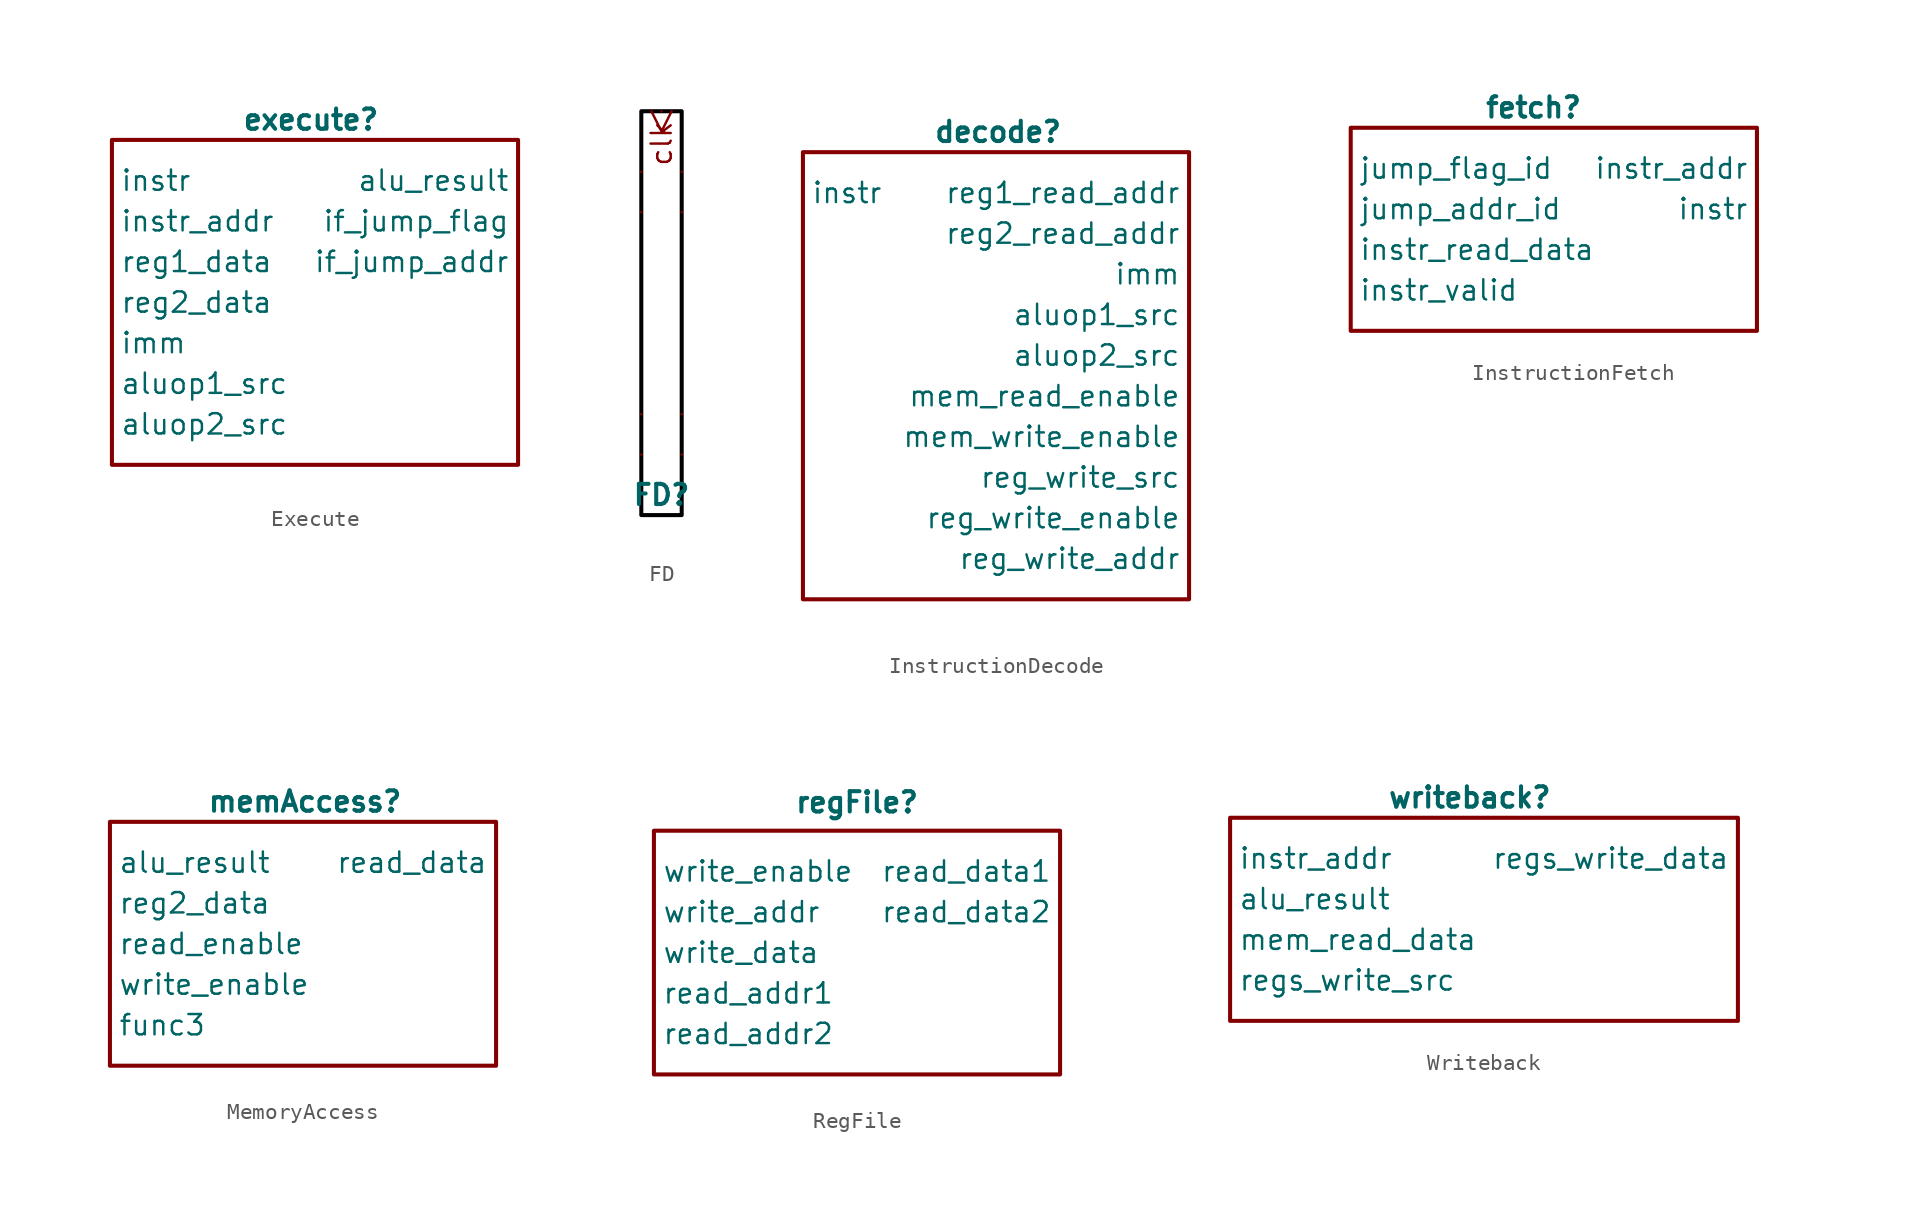
<source format=kicad_sym>
(kicad_symbol_lib
  (version 20231120)
  (generator "kicad_symbol_editor")
  (generator_version "8.0")
  (symbol "Execute"
    (pin_numbers hide)
    (property "Reference" "execute"
      (at -0.254 11.43 0)
      (effects (font (size 1.27 1.27) (thickness 0.254) (bold yes))))
    (property "Value" ""
      (at 0 -1.27 0)
      (effects (font (size 1.27 1.27))))
    (symbol "Execute_1_1"
      (rectangle (start -12.7 10.16) (end 12.7 -10.16) (stroke (width 0.254) (type default)) (fill (type none)))
      (pin output line (at 12.7 7.62 180) (length 0) (name "alu_result" (effects (font (size 1.27 1.27)))) (number "" (effects (font (size 1.27 1.27)))))
      (pin input line (at -12.7 -5.08 0) (length 0) (name "aluop1_src" (effects (font (size 1.27 1.27)))) (number "" (effects (font (size 1.27 1.27)))))
      (pin input line (at -12.7 -7.62 0) (length 0) (name "aluop2_src" (effects (font (size 1.27 1.27)))) (number "" (effects (font (size 1.27 1.27)))))
      (pin output line (at 12.7 2.54 180) (length 0) (name "if_jump_addr" (effects (font (size 1.27 1.27)))) (number "" (effects (font (size 1.27 1.27)))))
      (pin output line (at 12.7 5.08 180) (length 0) (name "if_jump_flag" (effects (font (size 1.27 1.27)))) (number "" (effects (font (size 1.27 1.27)))))
      (pin input line (at -12.7 -2.54 0) (length 0) (name "imm" (effects (font (size 1.27 1.27)))) (number "" (effects (font (size 1.27 1.27)))))
      (pin input line (at -12.7 7.62 0) (length 0) (name "instr" (effects (font (size 1.27 1.27)))) (number "" (effects (font (size 1.27 1.27)))))
      (pin input line (at -12.7 5.08 0) (length 0) (name "instr_addr" (effects (font (size 1.27 1.27)))) (number "" (effects (font (size 1.27 1.27)))))
      (pin input line (at -12.7 2.54 0) (length 0) (name "reg1_data" (effects (font (size 1.27 1.27)))) (number "" (effects (font (size 1.27 1.27)))))
      (pin input line (at -12.7 0 0) (length 0) (name "reg2_data" (effects (font (size 1.27 1.27)))) (number "" (effects (font (size 1.27 1.27)))))))
  (symbol "FD"
    (pin_numbers hide)
    (pin_names
      (offset 0) hide)
    (property "Reference" "FD"
      (at -1.27 -24.13 0)
      (effects (font (size 1.27 1.27) (thickness 0.254) (bold yes))))
    (property "Value" ""
      (at 0 0 0)
      (effects (font (size 1.27 1.27))))
    (symbol "FD_1_1"
      (rectangle (start -2.54 0) (end 0 -25.4) (stroke (width 0.254) (type default) (color 0 0 0 1)) (fill (type none)))
      (text "clk" (at -1.27 -2.032 900) (effects (font (size 1.27 1.27))))
      (pin input clock (at -1.27 0 270) (length 0) (name "clk" (effects (font (size 1.27 1.27)))) (number "" (effects (font (size 1.27 1.27)))))
      (pin input line (at -2.54 -21.59 0) (length 0) (name "i_in" (effects (font (size 1.27 1.27)))) (number "" (effects (font (size 1.27 1.27)))))
      (pin output line (at 0 -21.59 180) (length 0) (name "i_out" (effects (font (size 1.27 1.27)))) (number "" (effects (font (size 1.27 1.27)))))
      (pin input line (at -2.54 -19.05 0) (length 0) (name "ia_in" (effects (font (size 1.27 1.27)))) (number "" (effects (font (size 1.27 1.27)))))
      (pin output line (at 0 -19.05 180) (length 0) (name "ia_out" (effects (font (size 1.27 1.27)))) (number "" (effects (font (size 1.27 1.27)))))
      (pin input line (at -2.54 -3.81 0) (length 0) (name "ja_in" (effects (font (size 1.27 1.27)))) (number "" (effects (font (size 1.27 1.27)))))
      (pin output line (at 0 -3.81 180) (length 0) (name "ja_out" (effects (font (size 1.27 1.27)))) (number "" (effects (font (size 1.27 1.27)))))
      (pin input line (at -2.54 -6.35 0) (length 0) (name "jf_in" (effects (font (size 1.27 1.27)))) (number "" (effects (font (size 1.27 1.27)))))
      (pin output line (at 0 -6.35 180) (length 0) (name "jf_out" (effects (font (size 1.27 1.27)))) (number "" (effects (font (size 1.27 1.27)))))))
  (symbol "InstructionDecode"
    (pin_numbers hide)
    (property "Reference" "decode"
      (at -0.508 13.97 0)
      (effects (font (size 1.27 1.27) (thickness 0.254) (bold yes))))
    (property "Value" ""
      (at -2.54 1.27 0)
      (effects (font (size 1.27 1.27))))
    (symbol "InstructionDecode_1_1"
      (rectangle (start -12.7 12.7) (end 11.43 -15.24) (stroke (width 0.254) (type default)) (fill (type none)))
      (pin output line (at 11.43 2.54 180) (length 0) (name "aluop1_src" (effects (font (size 1.27 1.27)))) (number "" (effects (font (size 1.27 1.27)))))
      (pin output line (at 11.43 0 180) (length 0) (name "aluop2_src" (effects (font (size 1.27 1.27)))) (number "" (effects (font (size 1.27 1.27)))))
      (pin output line (at 11.43 5.08 180) (length 0) (name "imm" (effects (font (size 1.27 1.27)))) (number "" (effects (font (size 1.27 1.27)))))
      (pin input line (at -12.7 10.16 0) (length 0) (name "instr" (effects (font (size 1.27 1.27)))) (number "" (effects (font (size 1.27 1.27)))))
      (pin output line (at 11.43 -2.54 180) (length 0) (name "mem_read_enable" (effects (font (size 1.27 1.27)))) (number "" (effects (font (size 1.27 1.27)))))
      (pin output line (at 11.43 -5.08 180) (length 0) (name "mem_write_enable" (effects (font (size 1.27 1.27)))) (number "" (effects (font (size 1.27 1.27)))))
      (pin output line (at 11.43 10.16 180) (length 0) (name "reg1_read_addr" (effects (font (size 1.27 1.27)))) (number "" (effects (font (size 1.27 1.27)))))
      (pin output line (at 11.43 7.62 180) (length 0) (name "reg2_read_addr" (effects (font (size 1.27 1.27)))) (number "" (effects (font (size 1.27 1.27)))))
      (pin output line (at 11.43 -12.7 180) (length 0) (name "reg_write_addr" (effects (font (size 1.27 1.27)))) (number "" (effects (font (size 1.27 1.27)))))
      (pin output line (at 11.43 -10.16 180) (length 0) (name "reg_write_enable" (effects (font (size 1.27 1.27)))) (number "" (effects (font (size 1.27 1.27)))))
      (pin output line (at 11.43 -7.62 180) (length 0) (name "reg_write_src" (effects (font (size 1.27 1.27)))) (number "" (effects (font (size 1.27 1.27)))))))
  (symbol "InstructionFetch"
    (pin_numbers hide)
    (property "Reference" "fetch"
      (at -1.27 7.62 0)
      (effects (font (size 1.27 1.27) (thickness 0.254) (bold yes))))
    (property "Value" ""
      (at 15.24 0 0)
      (effects (font (size 1.27 1.27))))
    (symbol "InstructionFetch_0_1"
      (rectangle (start -12.7 6.35) (end 12.7 -6.35) (stroke (width 0.254) (type default)) (fill (type none))))
    (symbol "InstructionFetch_1_1"
      (pin output line (at 12.7 1.27 180) (length 0) (name "instr" (effects (font (size 1.27 1.27)))) (number "" (effects (font (size 1.27 1.27)))))
      (pin output line (at 12.7 3.81 180) (length 0) (name "instr_addr" (effects (font (size 1.27 1.27)))) (number "" (effects (font (size 1.27 1.27)))))
      (pin input line (at -12.7 -1.27 0) (length 0) (name "instr_read_data" (effects (font (size 1.27 1.27)))) (number "" (effects (font (size 1.27 1.27)))))
      (pin input line (at -12.7 -3.81 0) (length 0) (name "instr_valid" (effects (font (size 1.27 1.27)))) (number "" (effects (font (size 1.27 1.27)))))
      (pin input line (at -12.7 1.27 0) (length 0) (name "jump_addr_id" (effects (font (size 1.27 1.27)))) (number "" (effects (font (size 1.27 1.27)))))
      (pin input line (at -12.7 3.81 0) (length 0) (name "jump_flag_id" (effects (font (size 1.27 1.27)))) (number "" (effects (font (size 1.27 1.27)))))))
  (symbol "MemoryAccess"
    (pin_numbers hide)
    (property "Reference" "memAccess"
      (at 0.762 8.89 0)
      (effects (font (size 1.27 1.27) (thickness 0.254) (bold yes))))
    (property "Value" ""
      (at 1.27 -3.81 0)
      (effects (font (size 1.27 1.27))))
    (symbol "MemoryAccess_1_1"
      (rectangle (start -11.43 7.62) (end 12.7 -7.62) (stroke (width 0.254) (type default)) (fill (type none)))
      (pin input line (at -11.43 5.08 0) (length 0) (name "alu_result" (effects (font (size 1.27 1.27)))) (number "" (effects (font (size 1.27 1.27)))))
      (pin input line (at -11.43 -5.08 0) (length 0) (name "func3" (effects (font (size 1.27 1.27)))) (number "" (effects (font (size 1.27 1.27)))))
      (pin output line (at 12.7 5.08 180) (length 0) (name "read_data" (effects (font (size 1.27 1.27)))) (number "" (effects (font (size 1.27 1.27)))))
      (pin input line (at -11.43 0 0) (length 0) (name "read_enable" (effects (font (size 1.27 1.27)))) (number "" (effects (font (size 1.27 1.27)))))
      (pin input line (at -11.43 2.54 0) (length 0) (name "reg2_data" (effects (font (size 1.27 1.27)))) (number "" (effects (font (size 1.27 1.27)))))
      (pin input line (at -11.43 -2.54 0) (length 0) (name "write_enable" (effects (font (size 1.27 1.27)))) (number "" (effects (font (size 1.27 1.27)))))))
  (symbol "RegFile"
    (pin_numbers hide)
    (property "Reference" "regFile"
      (at 0 9.398 0)
      (effects (font (size 1.27 1.27) (thickness 0.254) (bold yes))))
    (property "Value" ""
      (at 2.54 0 0)
      (effects (font (size 1.27 1.27))))
    (symbol "RegFile_0_1"
      (rectangle (start -12.7 7.62) (end 12.7 -7.62) (stroke (width 0.254) (type default)) (fill (type none))))
    (symbol "RegFile_1_1"
      (pin input line (at -12.7 -2.54 0) (length 0) (name "read_addr1" (effects (font (size 1.27 1.27)))) (number "" (effects (font (size 1.27 1.27)))))
      (pin input line (at -12.7 -5.08 0) (length 0) (name "read_addr2" (effects (font (size 1.27 1.27)))) (number "" (effects (font (size 1.27 1.27)))))
      (pin output line (at 12.7 5.08 180) (length 0) (name "read_data1" (effects (font (size 1.27 1.27)))) (number "" (effects (font (size 1.27 1.27)))))
      (pin output line (at 12.7 2.54 180) (length 0) (name "read_data2" (effects (font (size 1.27 1.27)))) (number "" (effects (font (size 1.27 1.27)))))
      (pin input line (at -12.7 2.54 0) (length 0) (name "write_addr" (effects (font (size 1.27 1.27)))) (number "" (effects (font (size 1.27 1.27)))))
      (pin input line (at -12.7 0 0) (length 0) (name "write_data" (effects (font (size 1.27 1.27)))) (number "" (effects (font (size 1.27 1.27)))))
      (pin input line (at -12.7 5.08 0) (length 0) (name "write_enable" (effects (font (size 1.27 1.27)))) (number "" (effects (font (size 1.27 1.27)))))))
  (symbol "Writeback"
    (pin_numbers hide)
    (property "Reference" "writeback"
      (at -0.254 7.62 0)
      (effects (font (size 1.27 1.27) (thickness 0.254) (bold yes))))
    (property "Value" ""
      (at -2.54 -5.08 0)
      (effects (font (size 1.27 1.27))))
    (symbol "Writeback_1_1"
      (rectangle (start -15.24 6.35) (end 16.51 -6.35) (stroke (width 0.254) (type default)) (fill (type none)))
      (pin input line (at -15.24 1.27 0) (length 0) (name "alu_result" (effects (font (size 1.27 1.27)))) (number "" (effects (font (size 1.27 1.27)))))
      (pin input line (at -15.24 3.81 0) (length 0) (name "instr_addr" (effects (font (size 1.27 1.27)))) (number "" (effects (font (size 1.27 1.27)))))
      (pin input line (at -15.24 -1.27 0) (length 0) (name "mem_read_data" (effects (font (size 1.27 1.27)))) (number "" (effects (font (size 1.27 1.27)))))
      (pin output line (at 16.51 3.81 180) (length 0) (name "regs_write_data" (effects (font (size 1.27 1.27)))) (number "" (effects (font (size 1.27 1.27)))))
      (pin input line (at -15.24 -3.81 0) (length 0) (name "regs_write_src" (effects (font (size 1.27 1.27)))) (number "" (effects (font (size 1.27 1.27))))))))
</source>
